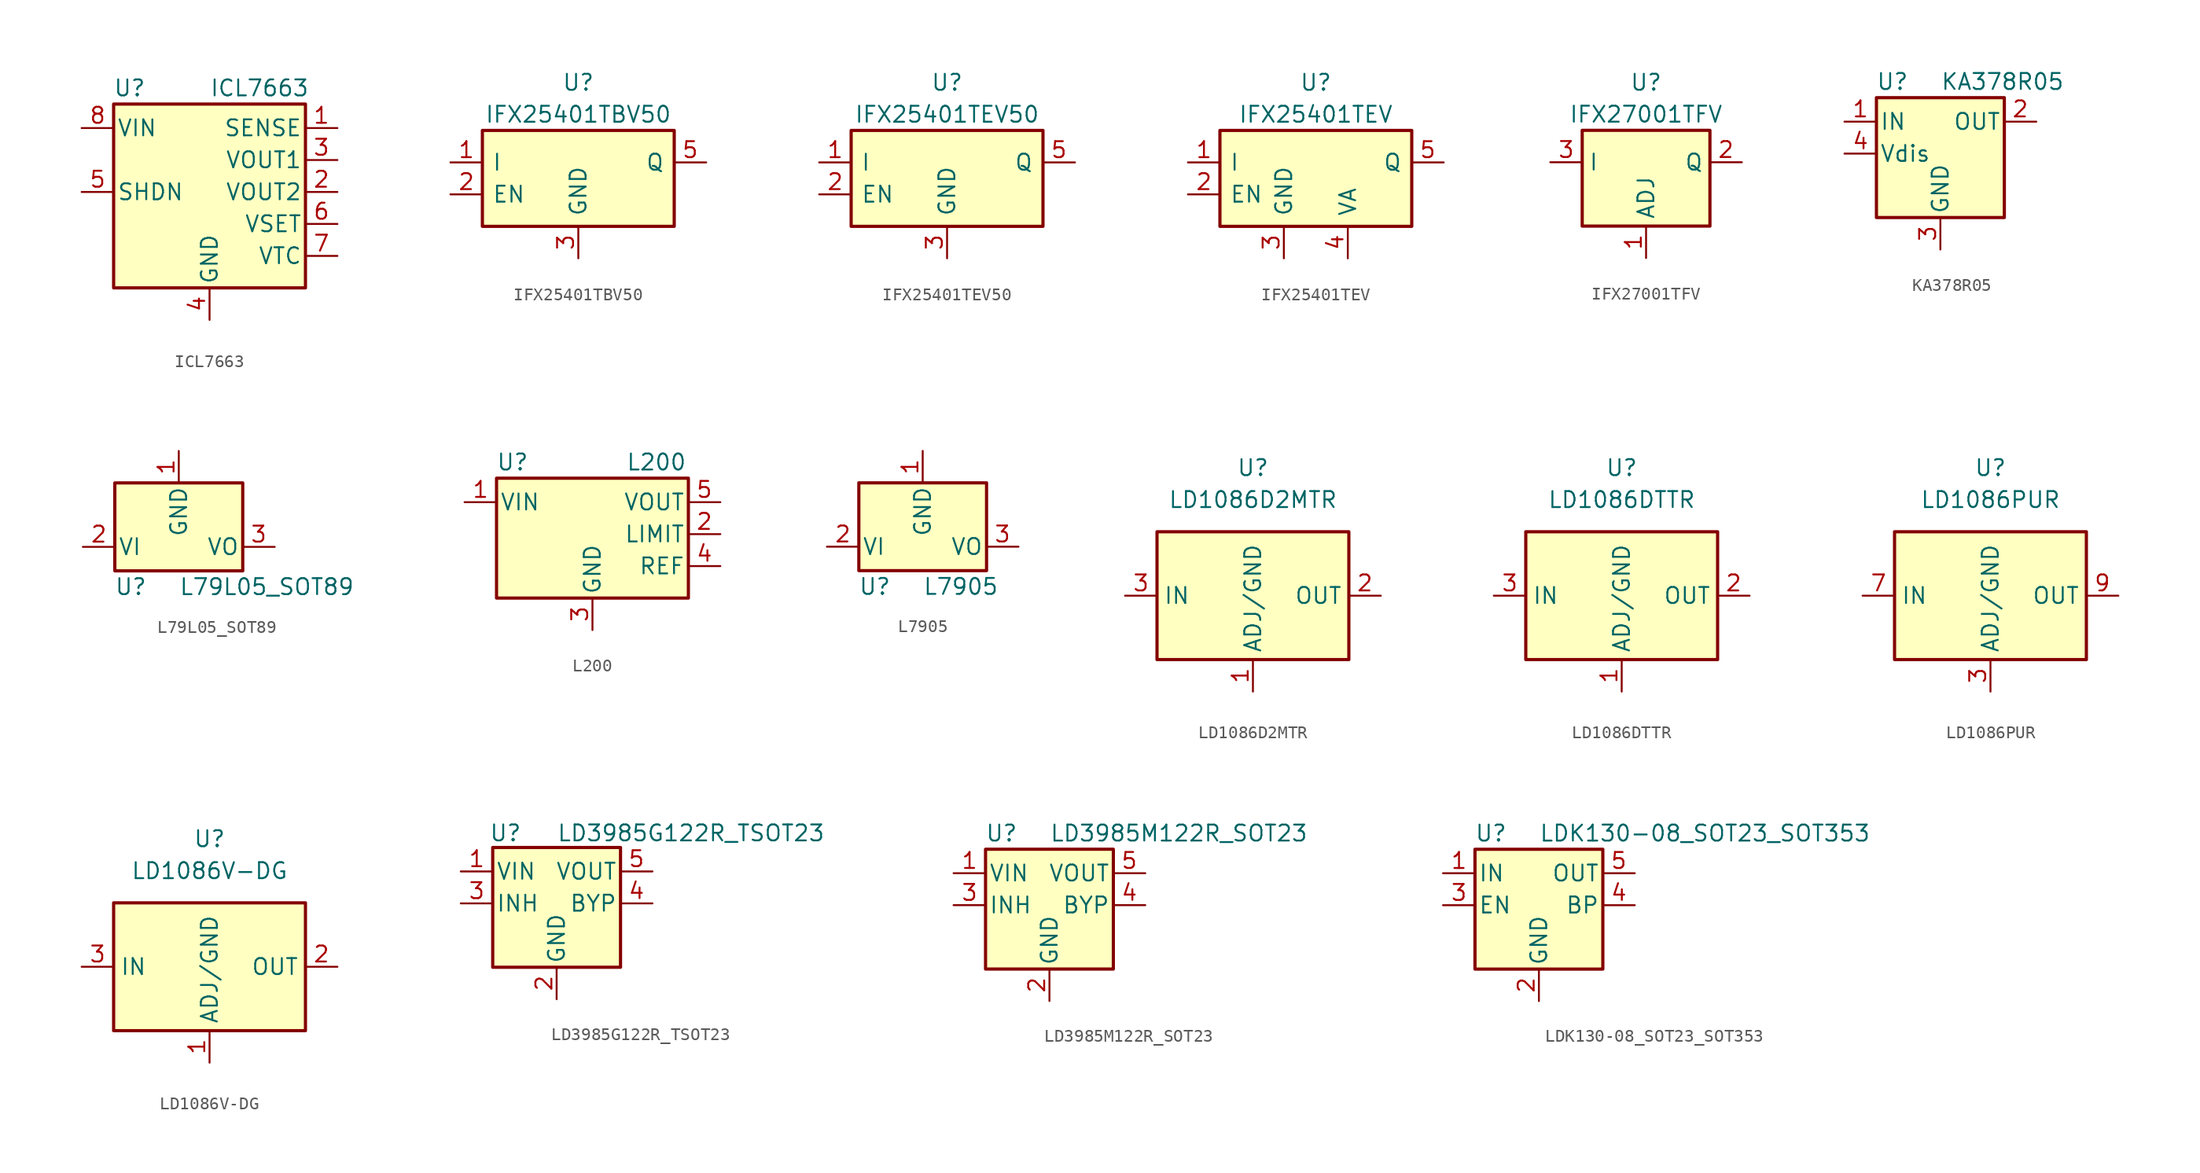
<source format=kicad_sym>
(kicad_symbol_lib
  (version 20211014)
  (generator kicad_symbol_editor)
  (symbol "ICL7663"
    (pin_names
      (offset 0.254))
    (property "Reference" "U"
      (at -6.35 8.255 0)
      (effects (font (size 1.27 1.27))))
    (property "Value" "ICL7663"
      (at 0 8.255 0)
      (effects (font (size 1.27 1.27)) (justify left)))
    (symbol "ICL7663_0_1"
      (rectangle (start -7.62 -7.62) (end 7.62 6.985) (stroke (width 0.254) (type default) (color 0 0 0 0)) (fill (type background))))
    (symbol "ICL7663_1_1"
      (pin input line (at 10.16 5.08 180) (length 2.54) (name "SENSE" (effects (font (size 1.27 1.27)))) (number "1" (effects (font (size 1.27 1.27)))))
      (pin power_out line (at 10.16 0 180) (length 2.54) (name "VOUT2" (effects (font (size 1.27 1.27)))) (number "2" (effects (font (size 1.27 1.27)))))
      (pin power_out line (at 10.16 2.54 180) (length 2.54) (name "VOUT1" (effects (font (size 1.27 1.27)))) (number "3" (effects (font (size 1.27 1.27)))))
      (pin power_in line (at 0 -10.16 90) (length 2.54) (name "GND" (effects (font (size 1.27 1.27)))) (number "4" (effects (font (size 1.27 1.27)))))
      (pin input line (at -10.16 0 0) (length 2.54) (name "SHDN" (effects (font (size 1.27 1.27)))) (number "5" (effects (font (size 1.27 1.27)))))
      (pin input line (at 10.16 -2.54 180) (length 2.54) (name "VSET" (effects (font (size 1.27 1.27)))) (number "6" (effects (font (size 1.27 1.27)))))
      (pin output line (at 10.16 -5.08 180) (length 2.54) (name "VTC" (effects (font (size 1.27 1.27)))) (number "7" (effects (font (size 1.27 1.27)))))
      (pin power_in line (at -10.16 5.08 0) (length 2.54) (name "VIN" (effects (font (size 1.27 1.27)))) (number "8" (effects (font (size 1.27 1.27)))))))
  (symbol "IFX25401TBV50"
    (pin_names
      (offset 0.762))
    (property "Reference" "U"
      (at 0 6.35 0)
      (effects (font (size 1.27 1.27))))
    (property "Value" "IFX25401TBV50"
      (at 0 3.81 0)
      (effects (font (size 1.27 1.27))))
    (symbol "IFX25401TBV50_0_1"
      (rectangle (start -7.62 2.54) (end 7.62 -5.08) (stroke (width 0.254) (type default) (color 0 0 0 0)) (fill (type background))))
    (symbol "IFX25401TBV50_1_1"
      (pin power_in line (at -10.16 0 0) (length 2.54) (name "I" (effects (font (size 1.27 1.27)))) (number "1" (effects (font (size 1.27 1.27)))))
      (pin input line (at -10.16 -2.54 0) (length 2.54) (name "EN" (effects (font (size 1.27 1.27)))) (number "2" (effects (font (size 1.27 1.27)))))
      (pin power_in line (at 0 -7.62 90) (length 2.54) (name "GND" (effects (font (size 1.27 1.27)))) (number "3" (effects (font (size 1.27 1.27)))))
      (pin no_connect line (at 10.16 -2.54 180) (length 2.54) hide (name "NC" (effects (font (size 1.27 1.27)))) (number "4" (effects (font (size 1.27 1.27)))))
      (pin power_out line (at 10.16 0 180) (length 2.54) (name "Q" (effects (font (size 1.27 1.27)))) (number "5" (effects (font (size 1.27 1.27)))))))
  (symbol "IFX25401TEV50"
    (pin_names
      (offset 0.762))
    (property "Reference" "U"
      (at 0 6.35 0)
      (effects (font (size 1.27 1.27))))
    (property "Value" "IFX25401TEV50"
      (at 0 3.81 0)
      (effects (font (size 1.27 1.27))))
    (symbol "IFX25401TEV50_0_1"
      (rectangle (start -7.62 2.54) (end 7.62 -5.08) (stroke (width 0.254) (type default) (color 0 0 0 0)) (fill (type background))))
    (symbol "IFX25401TEV50_1_1"
      (pin power_in line (at -10.16 0 0) (length 2.54) (name "I" (effects (font (size 1.27 1.27)))) (number "1" (effects (font (size 1.27 1.27)))))
      (pin input line (at -10.16 -2.54 0) (length 2.54) (name "EN" (effects (font (size 1.27 1.27)))) (number "2" (effects (font (size 1.27 1.27)))))
      (pin power_in line (at 0 -7.62 90) (length 2.54) (name "GND" (effects (font (size 1.27 1.27)))) (number "3" (effects (font (size 1.27 1.27)))))
      (pin no_connect line (at 10.16 -2.54 180) (length 2.54) hide (name "NC" (effects (font (size 1.27 1.27)))) (number "4" (effects (font (size 1.27 1.27)))))
      (pin power_out line (at 10.16 0 180) (length 2.54) (name "Q" (effects (font (size 1.27 1.27)))) (number "5" (effects (font (size 1.27 1.27)))))))
  (symbol "IFX25401TEV"
    (pin_names
      (offset 0.762))
    (property "Reference" "U"
      (at 0 6.35 0)
      (effects (font (size 1.27 1.27))))
    (property "Value" "IFX25401TEV"
      (at 0 3.81 0)
      (effects (font (size 1.27 1.27))))
    (symbol "IFX25401TEV_0_1"
      (rectangle (start -7.62 2.54) (end 7.62 -5.08) (stroke (width 0.254) (type default) (color 0 0 0 0)) (fill (type background))))
    (symbol "IFX25401TEV_1_1"
      (pin power_in line (at -10.16 0 0) (length 2.54) (name "I" (effects (font (size 1.27 1.27)))) (number "1" (effects (font (size 1.27 1.27)))))
      (pin input line (at -10.16 -2.54 0) (length 2.54) (name "EN" (effects (font (size 1.27 1.27)))) (number "2" (effects (font (size 1.27 1.27)))))
      (pin power_in line (at -2.54 -7.62 90) (length 2.54) (name "GND" (effects (font (size 1.27 1.27)))) (number "3" (effects (font (size 1.27 1.27)))))
      (pin input line (at 2.54 -7.62 90) (length 2.54) (name "VA" (effects (font (size 1.27 1.27)))) (number "4" (effects (font (size 1.27 1.27)))))
      (pin power_out line (at 10.16 0 180) (length 2.54) (name "Q" (effects (font (size 1.27 1.27)))) (number "5" (effects (font (size 1.27 1.27)))))))
  (symbol "IFX27001TFV"
    (property "Reference" "U"
      (at 0 6.35 0)
      (effects (font (size 1.27 1.27))))
    (property "Value" "IFX27001TFV"
      (at 0 3.81 0)
      (effects (font (size 1.27 1.27))))
    (symbol "IFX27001TFV_1_1"
      (rectangle (start -5.08 2.54) (end 5.08 -5.08) (stroke (width 0.254) (type default) (color 0 0 0 0)) (fill (type background)))
      (pin input line (at 0 -7.62 90) (length 2.54) (name "ADJ" (effects (font (size 1.27 1.27)))) (number "1" (effects (font (size 1.27 1.27)))))
      (pin power_out line (at 7.62 0 180) (length 2.54) (name "Q" (effects (font (size 1.27 1.27)))) (number "2" (effects (font (size 1.27 1.27)))))
      (pin power_in line (at -7.62 0 0) (length 2.54) (name "I" (effects (font (size 1.27 1.27)))) (number "3" (effects (font (size 1.27 1.27)))))))
  (symbol "KA378R05"
    (pin_names
      (offset 0.254))
    (property "Reference" "U"
      (at -3.81 5.715 0)
      (effects (font (size 1.27 1.27))))
    (property "Value" "KA378R05"
      (at 0 5.715 0)
      (effects (font (size 1.27 1.27)) (justify left)))
    (symbol "KA378R05_0_1"
      (rectangle (start -5.08 4.445) (end 5.08 -5.08) (stroke (width 0.254) (type default) (color 0 0 0 0)) (fill (type background))))
    (symbol "KA378R05_1_1"
      (pin power_in line (at -7.62 2.54 0) (length 2.54) (name "IN" (effects (font (size 1.27 1.27)))) (number "1" (effects (font (size 1.27 1.27)))))
      (pin power_out line (at 7.62 2.54 180) (length 2.54) (name "OUT" (effects (font (size 1.27 1.27)))) (number "2" (effects (font (size 1.27 1.27)))))
      (pin power_in line (at 0 -7.62 90) (length 2.54) (name "GND" (effects (font (size 1.27 1.27)))) (number "3" (effects (font (size 1.27 1.27)))))
      (pin input line (at -7.62 0 0) (length 2.54) (name "Vdis" (effects (font (size 1.27 1.27)))) (number "4" (effects (font (size 1.27 1.27)))))))
  (symbol "L79L05_SOT89"
    (pin_names
      (offset 0.254))
    (property "Reference" "U"
      (at -3.81 -3.175 0)
      (effects (font (size 1.27 1.27))))
    (property "Value" "L79L05_SOT89"
      (at 0 -3.175 0)
      (effects (font (size 1.27 1.27)) (justify left)))
    (symbol "L79L05_SOT89_0_1"
      (rectangle (start -5.08 5.08) (end 5.08 -1.905) (stroke (width 0.254) (type default) (color 0 0 0 0)) (fill (type background))))
    (symbol "L79L05_SOT89_1_1"
      (pin power_in line (at 0 7.62 270) (length 2.54) (name "GND" (effects (font (size 1.27 1.27)))) (number "1" (effects (font (size 1.27 1.27)))))
      (pin power_in line (at -7.62 0 0) (length 2.54) (name "VI" (effects (font (size 1.27 1.27)))) (number "2" (effects (font (size 1.27 1.27)))))
      (pin power_out line (at 7.62 0 180) (length 2.54) (name "VO" (effects (font (size 1.27 1.27)))) (number "3" (effects (font (size 1.27 1.27)))))))
  (symbol "L200"
    (pin_names
      (offset 0.254))
    (property "Reference" "U"
      (at -6.35 5.715 0)
      (effects (font (size 1.27 1.27))))
    (property "Value" "L200"
      (at 5.08 5.715 0)
      (effects (font (size 1.27 1.27))))
    (symbol "L200_0_1"
      (rectangle (start -7.62 4.445) (end 7.62 -5.08) (stroke (width 0.254) (type default) (color 0 0 0 0)) (fill (type background))))
    (symbol "L200_1_1"
      (pin power_in line (at -10.16 2.54 0) (length 2.54) (name "VIN" (effects (font (size 1.27 1.27)))) (number "1" (effects (font (size 1.27 1.27)))))
      (pin input line (at 10.16 0 180) (length 2.54) (name "LIMIT" (effects (font (size 1.27 1.27)))) (number "2" (effects (font (size 1.27 1.27)))))
      (pin power_in line (at 0 -7.62 90) (length 2.54) (name "GND" (effects (font (size 1.27 1.27)))) (number "3" (effects (font (size 1.27 1.27)))))
      (pin input line (at 10.16 -2.54 180) (length 2.54) (name "REF" (effects (font (size 1.27 1.27)))) (number "4" (effects (font (size 1.27 1.27)))))
      (pin power_out line (at 10.16 2.54 180) (length 2.54) (name "VOUT" (effects (font (size 1.27 1.27)))) (number "5" (effects (font (size 1.27 1.27)))))))
  (symbol "L7905"
    (pin_names
      (offset 0.254))
    (property "Reference" "U"
      (at -3.81 -3.175 0)
      (effects (font (size 1.27 1.27))))
    (property "Value" "L7905"
      (at 0 -3.175 0)
      (effects (font (size 1.27 1.27)) (justify left)))
    (symbol "L7905_0_1"
      (rectangle (start -5.08 5.08) (end 5.08 -1.905) (stroke (width 0.254) (type default) (color 0 0 0 0)) (fill (type background))))
    (symbol "L7905_1_1"
      (pin power_in line (at 0 7.62 270) (length 2.54) (name "GND" (effects (font (size 1.27 1.27)))) (number "1" (effects (font (size 1.27 1.27)))))
      (pin power_in line (at -7.62 0 0) (length 2.54) (name "VI" (effects (font (size 1.27 1.27)))) (number "2" (effects (font (size 1.27 1.27)))))
      (pin power_out line (at 7.62 0 180) (length 2.54) (name "VO" (effects (font (size 1.27 1.27)))) (number "3" (effects (font (size 1.27 1.27)))))))
  (symbol "LD1086D2MTR"
    (property "Reference" "U"
      (at 0 10.16 0)
      (effects (font (size 1.27 1.27))))
    (property "Value" "LD1086D2MTR"
      (at 0 7.62 0)
      (effects (font (size 1.27 1.27))))
    (symbol "LD1086D2MTR_1_1"
      (rectangle (start -7.62 -5.08) (end 7.62 5.08) (stroke (width 0.254) (type default) (color 0 0 0 0)) (fill (type background)))
      (pin input line (at 0 -7.62 90) (length 2.54) (name "ADJ/GND" (effects (font (size 1.27 1.27)))) (number "1" (effects (font (size 1.27 1.27)))))
      (pin power_out line (at 10.16 0 180) (length 2.54) (name "OUT" (effects (font (size 1.27 1.27)))) (number "2" (effects (font (size 1.27 1.27)))))
      (pin power_in line (at -10.16 0 0) (length 2.54) (name "IN" (effects (font (size 1.27 1.27)))) (number "3" (effects (font (size 1.27 1.27)))))))
  (symbol "LD1086DTTR"
    (property "Reference" "U"
      (at 0 10.16 0)
      (effects (font (size 1.27 1.27))))
    (property "Value" "LD1086DTTR"
      (at 0 7.62 0)
      (effects (font (size 1.27 1.27))))
    (symbol "LD1086DTTR_1_1"
      (rectangle (start -7.62 -5.08) (end 7.62 5.08) (stroke (width 0.254) (type default) (color 0 0 0 0)) (fill (type background)))
      (pin input line (at 0 -7.62 90) (length 2.54) (name "ADJ/GND" (effects (font (size 1.27 1.27)))) (number "1" (effects (font (size 1.27 1.27)))))
      (pin power_out line (at 10.16 0 180) (length 2.54) (name "OUT" (effects (font (size 1.27 1.27)))) (number "2" (effects (font (size 1.27 1.27)))))
      (pin power_in line (at -10.16 0 0) (length 2.54) (name "IN" (effects (font (size 1.27 1.27)))) (number "3" (effects (font (size 1.27 1.27)))))))
  (symbol "LD1086PUR"
    (property "Reference" "U"
      (at 0 10.16 0)
      (effects (font (size 1.27 1.27))))
    (property "Value" "LD1086PUR"
      (at 0 7.62 0)
      (effects (font (size 1.27 1.27))))
    (symbol "LD1086PUR_0_1"
      (rectangle (start -7.62 -5.08) (end 7.62 5.08) (stroke (width 0.254) (type default) (color 0 0 0 0)) (fill (type background))))
    (symbol "LD1086PUR_1_1"
      (pin input line (at 0 -7.62 90) (length 2.54) (name "ADJ/GND" (effects (font (size 1.27 1.27)))) (number "3" (effects (font (size 1.27 1.27)))))
      (pin power_in line (at -10.16 0 0) (length 2.54) (name "IN" (effects (font (size 1.27 1.27)))) (number "7" (effects (font (size 1.27 1.27)))))
      (pin passive line (at -10.16 0 0) (length 2.54) hide (name "IN" (effects (font (size 1.27 1.27)))) (number "8" (effects (font (size 1.27 1.27)))))
      (pin power_out line (at 10.16 0 180) (length 2.54) (name "OUT" (effects (font (size 1.27 1.27)))) (number "9" (effects (font (size 1.27 1.27)))))))
  (symbol "LD1086V-DG"
    (property "Reference" "U"
      (at 0 10.16 0)
      (effects (font (size 1.27 1.27))))
    (property "Value" "LD1086V-DG"
      (at 0 7.62 0)
      (effects (font (size 1.27 1.27))))
    (symbol "LD1086V-DG_1_1"
      (rectangle (start -7.62 -5.08) (end 7.62 5.08) (stroke (width 0.254) (type default) (color 0 0 0 0)) (fill (type background)))
      (pin input line (at 0 -7.62 90) (length 2.54) (name "ADJ/GND" (effects (font (size 1.27 1.27)))) (number "1" (effects (font (size 1.27 1.27)))))
      (pin power_out line (at 10.16 0 180) (length 2.54) (name "OUT" (effects (font (size 1.27 1.27)))) (number "2" (effects (font (size 1.27 1.27)))))
      (pin power_in line (at -10.16 0 0) (length 2.54) (name "IN" (effects (font (size 1.27 1.27)))) (number "3" (effects (font (size 1.27 1.27)))))))
  (symbol "LD3985G122R_TSOT23"
    (pin_names
      (offset 0.254))
    (property "Reference" "U"
      (at -4.064 5.588 0)
      (effects (font (size 1.27 1.27))))
    (property "Value" "LD3985G122R_TSOT23"
      (at 0 5.588 0)
      (effects (font (size 1.27 1.27)) (justify left)))
    (symbol "LD3985G122R_TSOT23_0_1"
      (rectangle (start -5.08 4.445) (end 5.08 -5.08) (stroke (width 0.254) (type default) (color 0 0 0 0)) (fill (type background))))
    (symbol "LD3985G122R_TSOT23_1_1"
      (pin power_in line (at -7.62 2.54 0) (length 2.54) (name "VIN" (effects (font (size 1.27 1.27)))) (number "1" (effects (font (size 1.27 1.27)))))
      (pin power_in line (at 0 -7.62 90) (length 2.54) (name "GND" (effects (font (size 1.27 1.27)))) (number "2" (effects (font (size 1.27 1.27)))))
      (pin input line (at -7.62 0 0) (length 2.54) (name "INH" (effects (font (size 1.27 1.27)))) (number "3" (effects (font (size 1.27 1.27)))))
      (pin input line (at 7.62 0 180) (length 2.54) (name "BYP" (effects (font (size 1.27 1.27)))) (number "4" (effects (font (size 1.27 1.27)))))
      (pin power_out line (at 7.62 2.54 180) (length 2.54) (name "VOUT" (effects (font (size 1.27 1.27)))) (number "5" (effects (font (size 1.27 1.27)))))))
  (symbol "LD3985M122R_SOT23"
    (pin_names
      (offset 0.254))
    (property "Reference" "U"
      (at -3.81 5.715 0)
      (effects (font (size 1.27 1.27))))
    (property "Value" "LD3985M122R_SOT23"
      (at 0 5.715 0)
      (effects (font (size 1.27 1.27)) (justify left)))
    (symbol "LD3985M122R_SOT23_0_1"
      (rectangle (start -5.08 4.445) (end 5.08 -5.08) (stroke (width 0.254) (type default) (color 0 0 0 0)) (fill (type background))))
    (symbol "LD3985M122R_SOT23_1_1"
      (pin power_in line (at -7.62 2.54 0) (length 2.54) (name "VIN" (effects (font (size 1.27 1.27)))) (number "1" (effects (font (size 1.27 1.27)))))
      (pin power_in line (at 0 -7.62 90) (length 2.54) (name "GND" (effects (font (size 1.27 1.27)))) (number "2" (effects (font (size 1.27 1.27)))))
      (pin input line (at -7.62 0 0) (length 2.54) (name "INH" (effects (font (size 1.27 1.27)))) (number "3" (effects (font (size 1.27 1.27)))))
      (pin input line (at 7.62 0 180) (length 2.54) (name "BYP" (effects (font (size 1.27 1.27)))) (number "4" (effects (font (size 1.27 1.27)))))
      (pin power_out line (at 7.62 2.54 180) (length 2.54) (name "VOUT" (effects (font (size 1.27 1.27)))) (number "5" (effects (font (size 1.27 1.27)))))))
  (symbol "LDK130-08_SOT23_SOT353"
    (pin_names
      (offset 0.254))
    (property "Reference" "U"
      (at -3.81 5.715 0)
      (effects (font (size 1.27 1.27))))
    (property "Value" "LDK130-08_SOT23_SOT353"
      (at 0 5.715 0)
      (effects (font (size 1.27 1.27)) (justify left)))
    (symbol "LDK130-08_SOT23_SOT353_0_1"
      (rectangle (start -5.08 4.445) (end 5.08 -5.08) (stroke (width 0.254) (type default) (color 0 0 0 0)) (fill (type background))))
    (symbol "LDK130-08_SOT23_SOT353_1_1"
      (pin power_in line (at -7.62 2.54 0) (length 2.54) (name "IN" (effects (font (size 1.27 1.27)))) (number "1" (effects (font (size 1.27 1.27)))))
      (pin power_in line (at 0 -7.62 90) (length 2.54) (name "GND" (effects (font (size 1.27 1.27)))) (number "2" (effects (font (size 1.27 1.27)))))
      (pin input line (at -7.62 0 0) (length 2.54) (name "EN" (effects (font (size 1.27 1.27)))) (number "3" (effects (font (size 1.27 1.27)))))
      (pin passive line (at 7.62 0 180) (length 2.54) (name "BP" (effects (font (size 1.27 1.27)))) (number "4" (effects (font (size 1.27 1.27)))))
      (pin power_out line (at 7.62 2.54 180) (length 2.54) (name "OUT" (effects (font (size 1.27 1.27)))) (number "5" (effects (font (size 1.27 1.27))))))))
</source>
